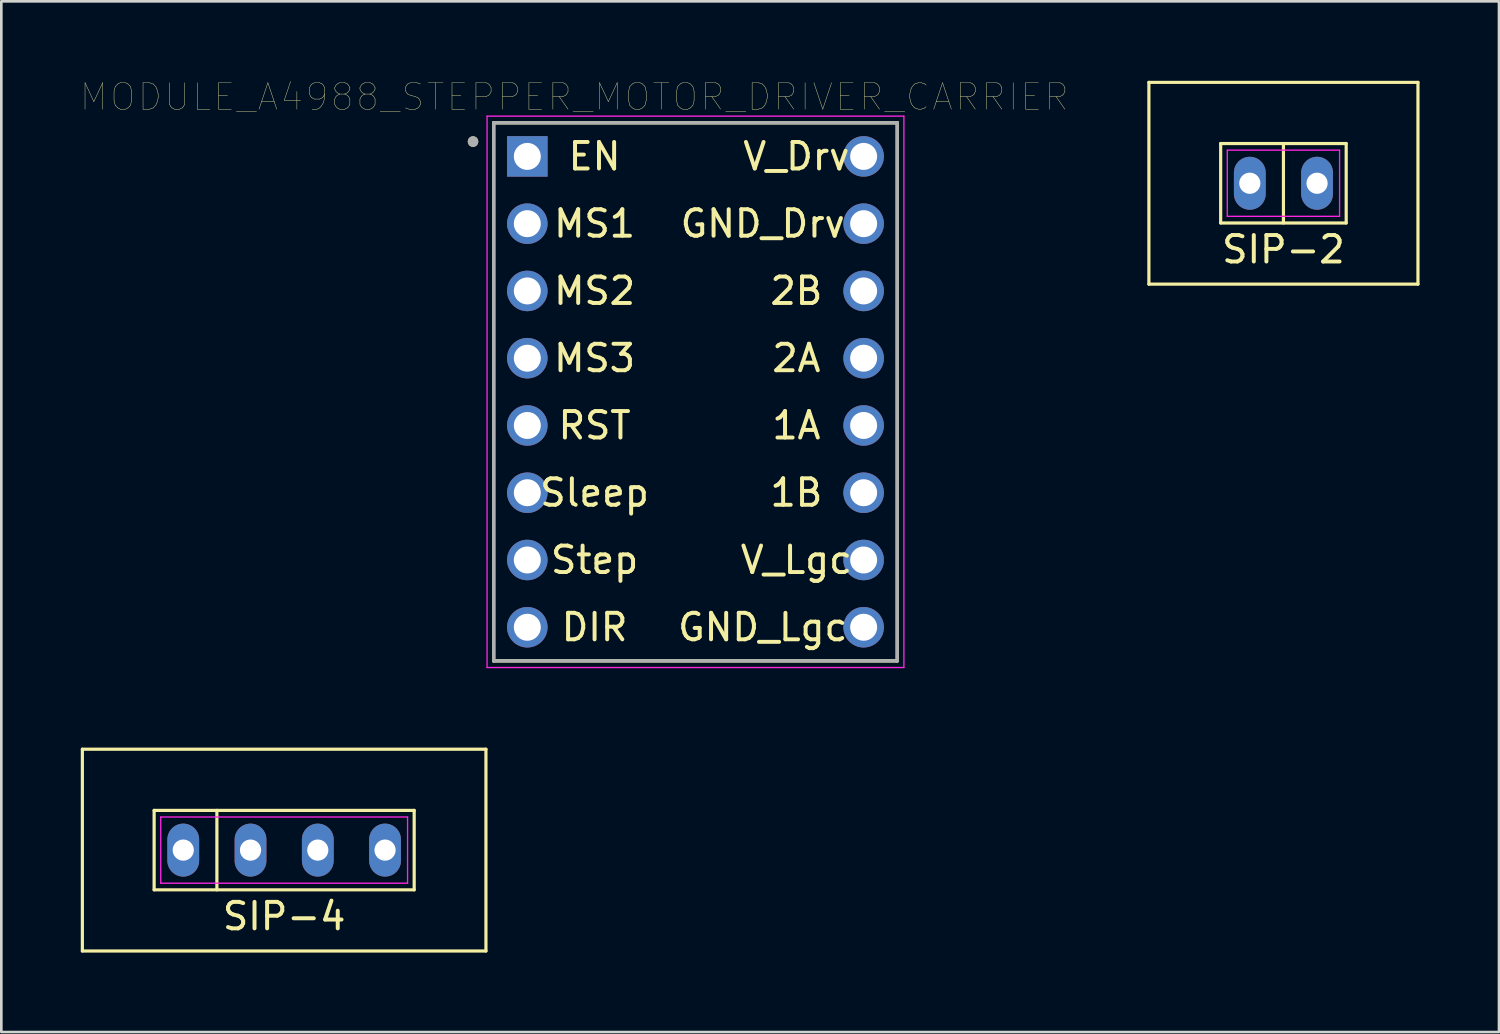
<source format=kicad_pcb>
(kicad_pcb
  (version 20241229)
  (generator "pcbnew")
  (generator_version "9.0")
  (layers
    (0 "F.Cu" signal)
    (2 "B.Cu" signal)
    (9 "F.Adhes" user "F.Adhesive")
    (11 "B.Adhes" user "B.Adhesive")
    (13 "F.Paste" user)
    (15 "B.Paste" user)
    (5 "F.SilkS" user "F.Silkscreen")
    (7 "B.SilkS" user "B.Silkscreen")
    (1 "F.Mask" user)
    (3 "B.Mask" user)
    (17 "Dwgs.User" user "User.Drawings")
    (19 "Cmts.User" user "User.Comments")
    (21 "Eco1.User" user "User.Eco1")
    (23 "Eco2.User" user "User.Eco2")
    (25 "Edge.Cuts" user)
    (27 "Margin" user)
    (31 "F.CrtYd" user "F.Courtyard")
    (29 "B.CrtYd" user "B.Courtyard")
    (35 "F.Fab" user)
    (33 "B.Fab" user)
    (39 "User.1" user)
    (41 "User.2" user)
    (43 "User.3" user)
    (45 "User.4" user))
  (footprint "SIP-2"
    (layer "F.Cu")
    (at 45.414 3.87)
    (property "Reference" "SIP-2" (at 0 2.5 0) (layer "F.SilkS") (effects (font (size 1 1) (thickness 0.15))))
    (attr through_hole)
    (fp_line (start -5.08 -3.81) (end 5.08 -3.81) (stroke (width 0.12) (type solid)) (layer "F.SilkS"))
    (fp_line (start -5.08 3.81) (end -5.08 -3.81) (stroke (width 0.12) (type solid)) (layer "F.SilkS"))
    (fp_line (start -2.37 -1.5) (end 2.37 -1.5) (stroke (width 0.12) (type solid)) (layer "F.SilkS"))
    (fp_line (start -2.37 1.5) (end -2.37 -1.5) (stroke (width 0.12) (type solid)) (layer "F.SilkS"))
    (fp_line (start 0 -1.5) (end 0 1.5) (stroke (width 0.12) (type solid)) (layer "F.SilkS"))
    (fp_line (start 2.37 -1.5) (end 2.37 1.5) (stroke (width 0.12) (type solid)) (layer "F.SilkS"))
    (fp_line (start 2.37 1.5) (end -2.37 1.5) (stroke (width 0.12) (type solid)) (layer "F.SilkS"))
    (fp_line (start 5.08 -3.81) (end 5.08 3.81) (stroke (width 0.12) (type solid)) (layer "F.SilkS"))
    (fp_line (start 5.08 3.81) (end -5.08 3.81) (stroke (width 0.12) (type solid)) (layer "F.SilkS"))
    (fp_line (start -2.12 -1.25) (end 2.12 -1.25) (stroke (width 0.05) (type solid)) (layer "F.CrtYd"))
    (fp_line (start -2.12 1.25) (end -2.12 -1.25) (stroke (width 0.05) (type solid)) (layer "F.CrtYd"))
    (fp_line (start 2.12 -1.25) (end 2.12 1.25) (stroke (width 0.05) (type solid)) (layer "F.CrtYd"))
    (fp_line (start 2.12 1.25) (end -2.12 1.25) (stroke (width 0.05) (type solid)) (layer "F.CrtYd"))
    (pad "1" thru_hole oval (at -1.27 0) (size 1.2 2) (drill 0.8) (layers "*.Cu" "*.Mask"))
    (pad "2" thru_hole oval (at 1.27 0) (size 1.2 2) (drill 0.8) (layers "*.Cu" "*.Mask")))
  (footprint "SIP-4"
    (layer "F.Cu")
    (at 7.68 29.051)
    (property "Reference" "SIP-4" (at 0 2.5 0) (layer "F.SilkS") (effects (font (size 1 1) (thickness 0.15))))
    (attr through_hole)
    (fp_line (start -7.62 -3.81) (end -7.62 3.81) (stroke (width 0.12) (type solid)) (layer "F.SilkS"))
    (fp_line (start -7.62 3.81) (end 7.62 3.81) (stroke (width 0.12) (type solid)) (layer "F.SilkS"))
    (fp_line (start -4.91 -1.5) (end 4.91 -1.5) (stroke (width 0.12) (type solid)) (layer "F.SilkS"))
    (fp_line (start -4.91 1.5) (end -4.91 -1.5) (stroke (width 0.12) (type solid)) (layer "F.SilkS"))
    (fp_line (start -2.54 -1.5) (end -2.54 1.5) (stroke (width 0.12) (type solid)) (layer "F.SilkS"))
    (fp_line (start 4.91 -1.5) (end 4.91 1.5) (stroke (width 0.12) (type solid)) (layer "F.SilkS"))
    (fp_line (start 4.91 1.5) (end -4.91 1.5) (stroke (width 0.12) (type solid)) (layer "F.SilkS"))
    (fp_line (start 7.62 -3.81) (end -7.62 -3.81) (stroke (width 0.12) (type solid)) (layer "F.SilkS"))
    (fp_line (start 7.62 3.81) (end 7.62 -3.81) (stroke (width 0.12) (type solid)) (layer "F.SilkS"))
    (fp_line (start -4.66 -1.25) (end 4.66 -1.25) (stroke (width 0.05) (type solid)) (layer "F.CrtYd"))
    (fp_line (start -4.66 1.25) (end -4.66 -1.25) (stroke (width 0.05) (type solid)) (layer "F.CrtYd"))
    (fp_line (start 4.66 -1.25) (end 4.66 1.25) (stroke (width 0.05) (type solid)) (layer "F.CrtYd"))
    (fp_line (start 4.66 1.25) (end -4.66 1.25) (stroke (width 0.05) (type solid)) (layer "F.CrtYd"))
    (pad "1" thru_hole oval (at -3.81 0) (size 1.2 2) (drill 0.8) (layers "*.Cu" "*.Mask"))
    (pad "2" thru_hole oval (at -1.27 0) (size 1.2 2) (drill 0.8) (layers "*.Cu" "*.Mask"))
    (pad "3" thru_hole oval (at 1.27 0) (size 1.2 2) (drill 0.8) (layers "*.Cu" "*.Mask"))
    (pad "4" thru_hole oval (at 3.81 0) (size 1.2 2) (drill 0.8) (layers "*.Cu" "*.Mask")))
  (footprint "MODULE_A4988_STEPPER_MOTOR_DRIVER_CARRIER"
    (layer "F.Cu")
    (at 23.212 11.746)
    (property "Reference" "MODULE_A4988_STEPPER_MOTOR_DRIVER_CARRIER" (at -4.575 -11.135 0) (layer "F.SilkS") (effects (font (size 1 1) (thickness 0.015))))
    (attr through_hole)
    (fp_line (start -7.62 -10.16) (end 7.62 -10.16) (stroke (width 0.127) (type solid)) (layer "F.SilkS"))
    (fp_line (start -7.62 10.16) (end -7.62 -10.16) (stroke (width 0.127) (type solid)) (layer "F.SilkS"))
    (fp_line (start 7.62 -10.16) (end 7.62 10.16) (stroke (width 0.127) (type solid)) (layer "F.SilkS"))
    (fp_line (start 7.62 10.16) (end -7.62 10.16) (stroke (width 0.127) (type solid)) (layer "F.SilkS"))
    (fp_circle (center -8.4 -9.45) (end -8.3 -9.45) (stroke (width 0.2) (type solid)) (fill no) (layer "F.SilkS"))
    (fp_line (start -7.87 -10.41) (end -7.87 10.41) (stroke (width 0.05) (type solid)) (layer "F.CrtYd"))
    (fp_line (start -7.87 10.41) (end 7.87 10.41) (stroke (width 0.05) (type solid)) (layer "F.CrtYd"))
    (fp_line (start 7.87 -10.41) (end -7.87 -10.41) (stroke (width 0.05) (type solid)) (layer "F.CrtYd"))
    (fp_line (start 7.87 10.41) (end 7.87 -10.41) (stroke (width 0.05) (type solid)) (layer "F.CrtYd"))
    (fp_line (start -7.62 -10.16) (end 7.62 -10.16) (stroke (width 0.127) (type solid)) (layer "F.Fab"))
    (fp_line (start -7.62 10.16) (end -7.62 -10.16) (stroke (width 0.127) (type solid)) (layer "F.Fab"))
    (fp_line (start 7.62 -10.16) (end 7.62 10.16) (stroke (width 0.127) (type solid)) (layer "F.Fab"))
    (fp_line (start 7.62 10.16) (end -7.62 10.16) (stroke (width 0.127) (type solid)) (layer "F.Fab"))
    (fp_circle (center -8.4 -9.45) (end -8.3 -9.45) (stroke (width 0.2) (type solid)) (fill no) (layer "F.Fab"))
    (fp_text user "V_Lgc" (at 3.81 6.35 0) (layer "F.SilkS") (effects (font (size 1 1) (thickness 0.15))))
    (fp_text user "2A" (at 3.81 -1.27 0) (layer "F.SilkS") (effects (font (size 1 1) (thickness 0.15))))
    (fp_text user "1B" (at 3.81 3.81 0) (layer "F.SilkS") (effects (font (size 1 1) (thickness 0.15))))
    (fp_text user "GND_Lgc" (at 2.54 8.89 0) (layer "F.SilkS") (effects (font (size 1 1) (thickness 0.15))))
    (fp_text user "V_Drv" (at 3.81 -8.89 0) (layer "F.SilkS") (effects (font (size 1 1) (thickness 0.15))))
    (fp_text user "Sleep" (at -3.81 3.81 0) (layer "F.SilkS") (effects (font (size 1 1) (thickness 0.15))))
    (fp_text user "MS3" (at -3.81 -1.27 0) (layer "F.SilkS") (effects (font (size 1 1) (thickness 0.15))))
    (fp_text user "GND_Drv" (at 2.54 -6.35 0) (layer "F.SilkS") (effects (font (size 1 1) (thickness 0.15))))
    (fp_text user "MS1" (at -3.81 -6.35 0) (layer "F.SilkS") (effects (font (size 1 1) (thickness 0.15))))
    (fp_text user "Step" (at -3.81 6.35 0) (layer "F.SilkS") (effects (font (size 1 1) (thickness 0.15))))
    (fp_text user "DIR" (at -3.81 8.89 0) (layer "F.SilkS") (effects (font (size 1 1) (thickness 0.15))))
    (fp_text user "2B" (at 3.81 -3.81 0) (layer "F.SilkS") (effects (font (size 1 1) (thickness 0.15))))
    (fp_text user "RST" (at -3.81 1.27 0) (layer "F.SilkS") (effects (font (size 1 1) (thickness 0.15))))
    (fp_text user "1A" (at 3.81 1.27 0) (layer "F.SilkS") (effects (font (size 1 1) (thickness 0.15))))
    (fp_text user "MS2" (at -3.81 -3.81 0) (layer "F.SilkS") (effects (font (size 1 1) (thickness 0.15))))
    (fp_text user "EN" (at -3.81 -8.89 0) (layer "F.SilkS") (effects (font (size 1 1) (thickness 0.15))))
    (pad "1" thru_hole rect (at -6.35 -8.89) (size 1.53 1.53) (drill 1.02) (layers "*.Cu" "*.Mask"))
    (pad "2" thru_hole circle (at -6.35 -6.35) (size 1.53 1.53) (drill 1.02) (layers "*.Cu" "*.Mask"))
    (pad "3" thru_hole circle (at -6.35 -3.81) (size 1.53 1.53) (drill 1.02) (layers "*.Cu" "*.Mask"))
    (pad "4" thru_hole circle (at -6.35 -1.27) (size 1.53 1.53) (drill 1.02) (layers "*.Cu" "*.Mask"))
    (pad "5" thru_hole circle (at -6.35 1.27) (size 1.53 1.53) (drill 1.02) (layers "*.Cu" "*.Mask"))
    (pad "6" thru_hole circle (at -6.35 3.81) (size 1.53 1.53) (drill 1.02) (layers "*.Cu" "*.Mask"))
    (pad "7" thru_hole circle (at -6.35 6.35) (size 1.53 1.53) (drill 1.02) (layers "*.Cu" "*.Mask"))
    (pad "8" thru_hole circle (at -6.35 8.89) (size 1.53 1.53) (drill 1.02) (layers "*.Cu" "*.Mask"))
    (pad "9" thru_hole circle (at 6.35 8.89) (size 1.53 1.53) (drill 1.02) (layers "*.Cu" "*.Mask"))
    (pad "10" thru_hole circle (at 6.35 6.35) (size 1.53 1.53) (drill 1.02) (layers "*.Cu" "*.Mask"))
    (pad "11" thru_hole circle (at 6.35 3.81) (size 1.53 1.53) (drill 1.02) (layers "*.Cu" "*.Mask"))
    (pad "12" thru_hole circle (at 6.35 1.27) (size 1.53 1.53) (drill 1.02) (layers "*.Cu" "*.Mask"))
    (pad "13" thru_hole circle (at 6.35 -1.27) (size 1.53 1.53) (drill 1.02) (layers "*.Cu" "*.Mask"))
    (pad "14" thru_hole circle (at 6.35 -3.81) (size 1.53 1.53) (drill 1.02) (layers "*.Cu" "*.Mask"))
    (pad "15" thru_hole circle (at 6.35 -6.35) (size 1.53 1.53) (drill 1.02) (layers "*.Cu" "*.Mask"))
    (pad "16" thru_hole circle (at 6.35 -8.89) (size 1.53 1.53) (drill 1.02) (layers "*.Cu" "*.Mask")))
  (gr_rect
    (start -3 -3)
    (end 53.554 35.921)
    (stroke (width 0.1) (type default))
    (fill no)
    (layer "Edge.Cuts")))
</source>
